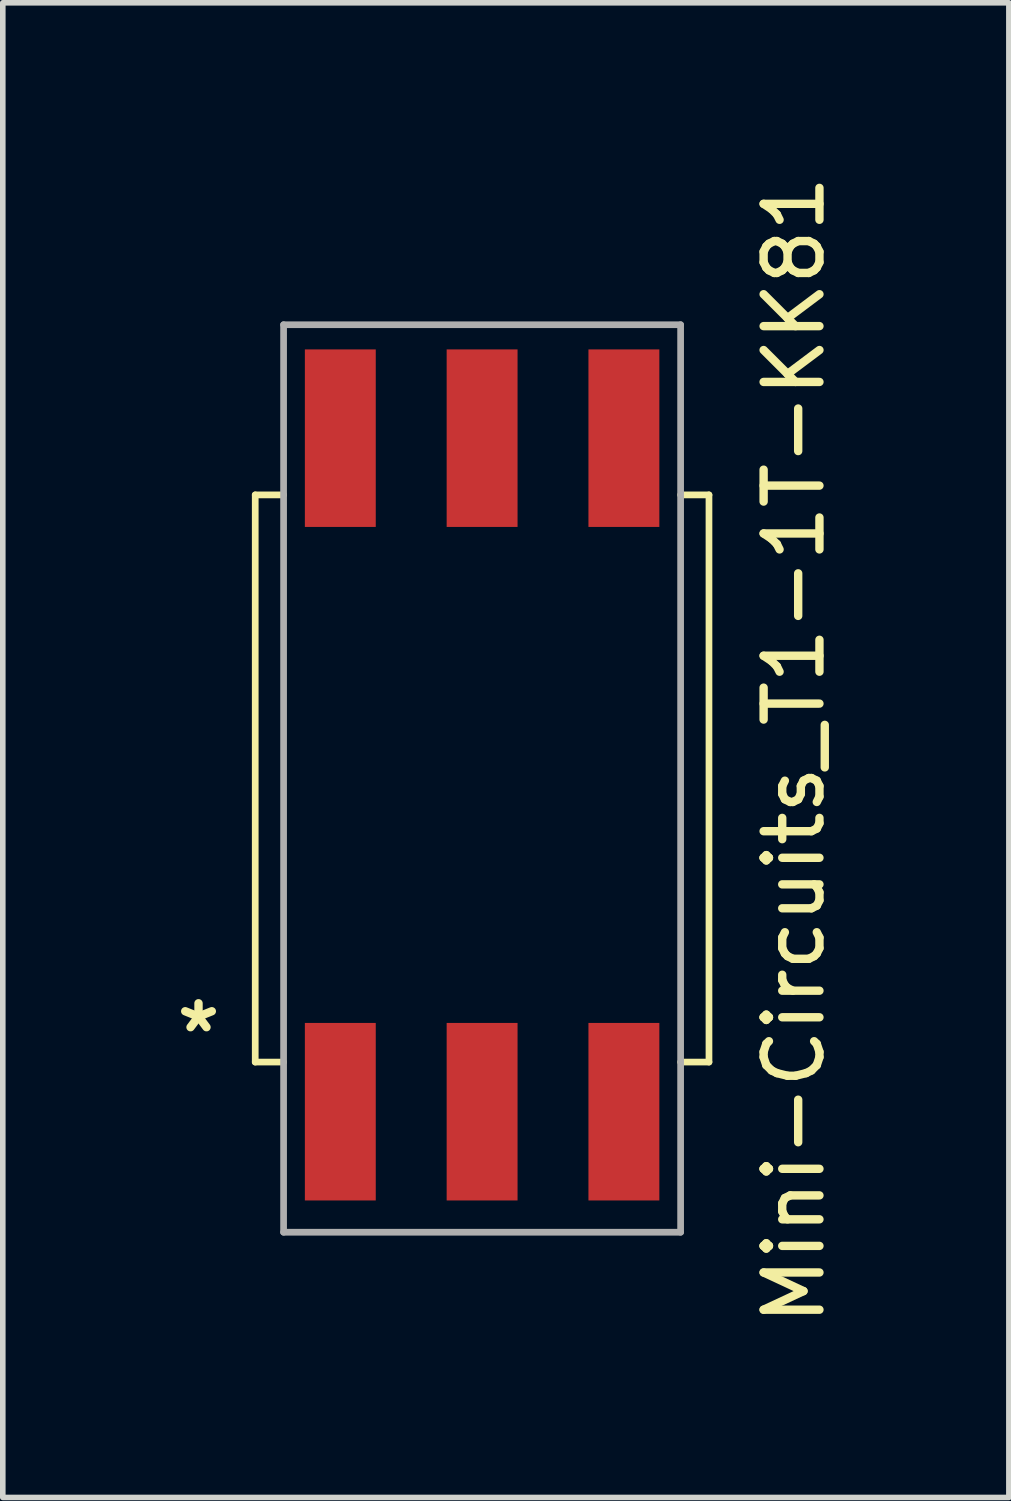
<source format=kicad_pcb>
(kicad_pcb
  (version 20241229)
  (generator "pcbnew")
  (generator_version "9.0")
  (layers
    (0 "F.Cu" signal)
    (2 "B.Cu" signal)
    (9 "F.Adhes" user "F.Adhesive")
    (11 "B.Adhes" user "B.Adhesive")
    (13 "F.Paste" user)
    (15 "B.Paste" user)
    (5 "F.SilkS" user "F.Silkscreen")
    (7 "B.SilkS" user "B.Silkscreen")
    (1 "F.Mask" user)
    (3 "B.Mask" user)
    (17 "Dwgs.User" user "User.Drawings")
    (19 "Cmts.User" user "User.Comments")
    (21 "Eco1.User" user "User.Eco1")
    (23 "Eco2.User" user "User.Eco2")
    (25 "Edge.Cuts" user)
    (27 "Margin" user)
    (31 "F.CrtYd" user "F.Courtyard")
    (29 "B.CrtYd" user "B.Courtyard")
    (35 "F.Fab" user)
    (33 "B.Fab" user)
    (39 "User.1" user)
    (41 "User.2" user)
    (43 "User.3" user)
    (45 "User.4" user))
  (footprint "Mini-Circuits_T1-1T-KK81"
    (layer "F.Cu")
    (at 3.046 4.799)
    (property "Reference" "Mini-Circuits_T1-1T-KK81" (at 8.128 5.588 90) (layer "F.SilkS") (effects (font (size 1 1) (thickness 0.15))))
    (attr through_hole)
    (fp_line (start -1.524 1.016) (end -1.524 11.176) (stroke (width 0.12) (type solid)) (layer "F.SilkS"))
    (fp_line (start -1.524 1.016) (end -1.016 1.016) (stroke (width 0.12) (type solid)) (layer "F.SilkS"))
    (fp_line (start -1.524 11.176) (end -1.016 11.176) (stroke (width 0.12) (type solid)) (layer "F.SilkS"))
    (fp_line (start 6.604 1.016) (end 6.096 1.016) (stroke (width 0.12) (type solid)) (layer "F.SilkS"))
    (fp_line (start 6.604 1.016) (end 6.604 11.176) (stroke (width 0.12) (type solid)) (layer "F.SilkS"))
    (fp_line (start 6.604 11.176) (end 6.096 11.176) (stroke (width 0.12) (type solid)) (layer "F.SilkS"))
    (fp_line (start -1.016 -2.032) (end -1.016 14.224) (stroke (width 0.12) (type solid)) (layer "F.Fab"))
    (fp_line (start -1.016 14.224) (end 6.096 14.224) (stroke (width 0.12) (type solid)) (layer "F.Fab"))
    (fp_line (start 6.096 -2.032) (end -1.016 -2.032) (stroke (width 0.12) (type solid)) (layer "F.Fab"))
    (fp_line (start 6.096 14.224) (end 6.096 -2.032) (stroke (width 0.12) (type solid)) (layer "F.Fab"))
    (fp_text user "*" (at -2.54 10.668 0) (layer "F.SilkS") (effects (font (size 1 1) (thickness 0.15))))
    (pad "1" smd rect (at 0 0) (size 1.27 3.18) (layers "F.Cu" "F.Mask" "F.Paste"))
    (pad "2" smd rect (at 2.54 0) (size 1.27 3.18) (layers "F.Cu" "F.Mask" "F.Paste"))
    (pad "3" smd rect (at 5.08 0) (size 1.27 3.18) (layers "F.Cu" "F.Mask" "F.Paste"))
    (pad "4" smd rect (at 5.08 12.065) (size 1.27 3.18) (layers "F.Cu" "F.Mask" "F.Paste"))
    (pad "5" smd rect (at 2.54 12.065) (size 1.27 3.18) (layers "F.Cu" "F.Mask" "F.Paste"))
    (pad "6" smd rect (at 0 12.065) (size 1.27 3.18) (layers "F.Cu" "F.Mask" "F.Paste")))
  (gr_rect
    (start -3 -3)
    (end 15.022 23.774)
    (stroke (width 0.1) (type default))
    (fill no)
    (layer "Edge.Cuts")))
</source>
